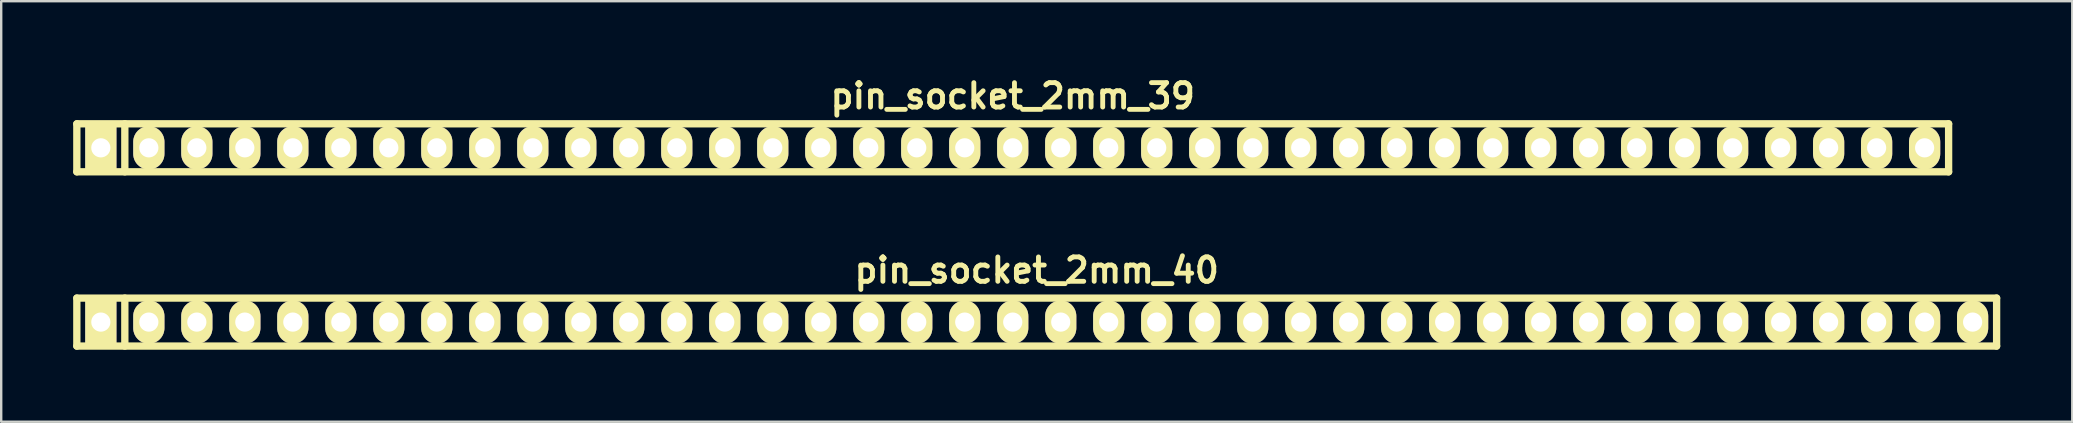
<source format=kicad_pcb>
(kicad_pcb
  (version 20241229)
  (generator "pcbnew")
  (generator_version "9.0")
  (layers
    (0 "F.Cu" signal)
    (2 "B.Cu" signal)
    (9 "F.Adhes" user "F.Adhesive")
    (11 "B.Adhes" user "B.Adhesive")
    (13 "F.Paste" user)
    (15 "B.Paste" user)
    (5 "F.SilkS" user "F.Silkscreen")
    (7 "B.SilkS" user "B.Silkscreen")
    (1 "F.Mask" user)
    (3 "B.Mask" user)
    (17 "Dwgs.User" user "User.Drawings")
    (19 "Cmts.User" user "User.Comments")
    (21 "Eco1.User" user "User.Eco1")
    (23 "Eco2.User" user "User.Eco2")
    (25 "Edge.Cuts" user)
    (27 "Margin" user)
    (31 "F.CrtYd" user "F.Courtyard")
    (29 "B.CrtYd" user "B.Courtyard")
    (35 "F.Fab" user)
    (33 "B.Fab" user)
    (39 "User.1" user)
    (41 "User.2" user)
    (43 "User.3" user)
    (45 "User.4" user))
  (footprint "pin_socket_2mm_39"
    (layer "F.Cu")
    (at 39.152 3.11)
    (property "Reference" "pin_socket_2mm_39" (at 0 -2.159 0) (layer "F.SilkS") (effects (font (size 1.016 1.016) (thickness 0.203))))
    (attr through_hole)
    (fp_line (start -39 -1) (end 39 -1) (stroke (width 0.305) (type solid)) (layer "F.SilkS"))
    (fp_line (start -39 1) (end -39 -1) (stroke (width 0.305) (type solid)) (layer "F.SilkS"))
    (fp_line (start -37 -1) (end -37 1) (stroke (width 0.305) (type solid)) (layer "F.SilkS"))
    (fp_line (start 39 -1) (end 39 1) (stroke (width 0.305) (type solid)) (layer "F.SilkS"))
    (fp_line (start 39 1) (end -39 1) (stroke (width 0.305) (type solid)) (layer "F.SilkS"))
    (pad "1" thru_hole rect (at -38 0) (size 1.3 1.8) (drill 0.8) (layers "*.Cu" "*.Mask" "F.SilkS"))
    (pad "2" thru_hole oval (at -36 0) (size 1.3 1.8) (drill 0.8) (layers "*.Cu" "*.Mask" "F.SilkS"))
    (pad "3" thru_hole oval (at -34 0) (size 1.3 1.8) (drill 0.8) (layers "*.Cu" "*.Mask" "F.SilkS"))
    (pad "4" thru_hole oval (at -32 0) (size 1.3 1.8) (drill 0.8) (layers "*.Cu" "*.Mask" "F.SilkS"))
    (pad "5" thru_hole oval (at -30 0) (size 1.3 1.8) (drill 0.8) (layers "*.Cu" "*.Mask" "F.SilkS"))
    (pad "6" thru_hole oval (at -28 0) (size 1.3 1.8) (drill 0.8) (layers "*.Cu" "*.Mask" "F.SilkS"))
    (pad "7" thru_hole oval (at -26 0) (size 1.3 1.8) (drill 0.8) (layers "*.Cu" "*.Mask" "F.SilkS"))
    (pad "8" thru_hole oval (at -24 0) (size 1.3 1.8) (drill 0.8) (layers "*.Cu" "*.Mask" "F.SilkS"))
    (pad "9" thru_hole oval (at -22 0) (size 1.3 1.8) (drill 0.8) (layers "*.Cu" "*.Mask" "F.SilkS"))
    (pad "10" thru_hole oval (at -20 0) (size 1.3 1.8) (drill 0.8) (layers "*.Cu" "*.Mask" "F.SilkS"))
    (pad "11" thru_hole oval (at -18 0) (size 1.3 1.8) (drill 0.8) (layers "*.Cu" "*.Mask" "F.SilkS"))
    (pad "12" thru_hole oval (at -16 0) (size 1.3 1.8) (drill 0.8) (layers "*.Cu" "*.Mask" "F.SilkS"))
    (pad "13" thru_hole oval (at -14 0) (size 1.3 1.8) (drill 0.8) (layers "*.Cu" "*.Mask" "F.SilkS"))
    (pad "14" thru_hole oval (at -12 0) (size 1.3 1.8) (drill 0.8) (layers "*.Cu" "*.Mask" "F.SilkS"))
    (pad "15" thru_hole oval (at -10 0) (size 1.3 1.8) (drill 0.8) (layers "*.Cu" "*.Mask" "F.SilkS"))
    (pad "16" thru_hole oval (at -8 0) (size 1.3 1.8) (drill 0.8) (layers "*.Cu" "*.Mask" "F.SilkS"))
    (pad "17" thru_hole oval (at -6 0) (size 1.3 1.8) (drill 0.8) (layers "*.Cu" "*.Mask" "F.SilkS"))
    (pad "18" thru_hole oval (at -4 0) (size 1.3 1.8) (drill 0.8) (layers "*.Cu" "*.Mask" "F.SilkS"))
    (pad "19" thru_hole oval (at -2 0) (size 1.3 1.8) (drill 0.8) (layers "*.Cu" "*.Mask" "F.SilkS"))
    (pad "20" thru_hole oval (at 0 0) (size 1.3 1.8) (drill 0.8) (layers "*.Cu" "*.Mask" "F.SilkS"))
    (pad "21" thru_hole oval (at 2 0) (size 1.3 1.8) (drill 0.8) (layers "*.Cu" "*.Mask" "F.SilkS"))
    (pad "22" thru_hole oval (at 4 0) (size 1.3 1.8) (drill 0.8) (layers "*.Cu" "*.Mask" "F.SilkS"))
    (pad "23" thru_hole oval (at 6 0) (size 1.3 1.8) (drill 0.8) (layers "*.Cu" "*.Mask" "F.SilkS"))
    (pad "24" thru_hole oval (at 8 0) (size 1.3 1.8) (drill 0.8) (layers "*.Cu" "*.Mask" "F.SilkS"))
    (pad "25" thru_hole oval (at 10 0) (size 1.3 1.8) (drill 0.8) (layers "*.Cu" "*.Mask" "F.SilkS"))
    (pad "26" thru_hole oval (at 12 0) (size 1.3 1.8) (drill 0.8) (layers "*.Cu" "*.Mask" "F.SilkS"))
    (pad "27" thru_hole oval (at 14 0) (size 1.3 1.8) (drill 0.8) (layers "*.Cu" "*.Mask" "F.SilkS"))
    (pad "28" thru_hole oval (at 16 0) (size 1.3 1.8) (drill 0.8) (layers "*.Cu" "*.Mask" "F.SilkS"))
    (pad "29" thru_hole oval (at 18 0) (size 1.3 1.8) (drill 0.8) (layers "*.Cu" "*.Mask" "F.SilkS"))
    (pad "30" thru_hole oval (at 20 0) (size 1.3 1.8) (drill 0.8) (layers "*.Cu" "*.Mask" "F.SilkS"))
    (pad "31" thru_hole oval (at 22 0) (size 1.3 1.8) (drill 0.8) (layers "*.Cu" "*.Mask" "F.SilkS"))
    (pad "32" thru_hole oval (at 24 0) (size 1.3 1.8) (drill 0.8) (layers "*.Cu" "*.Mask" "F.SilkS"))
    (pad "33" thru_hole oval (at 26 0) (size 1.3 1.8) (drill 0.8) (layers "*.Cu" "*.Mask" "F.SilkS"))
    (pad "34" thru_hole oval (at 28 0) (size 1.3 1.8) (drill 0.8) (layers "*.Cu" "*.Mask" "F.SilkS"))
    (pad "35" thru_hole oval (at 30 0) (size 1.3 1.8) (drill 0.8) (layers "*.Cu" "*.Mask" "F.SilkS"))
    (pad "36" thru_hole oval (at 32 0) (size 1.3 1.8) (drill 0.8) (layers "*.Cu" "*.Mask" "F.SilkS"))
    (pad "37" thru_hole oval (at 34 0) (size 1.3 1.8) (drill 0.8) (layers "*.Cu" "*.Mask" "F.SilkS"))
    (pad "38" thru_hole oval (at 36 0) (size 1.3 1.8) (drill 0.8) (layers "*.Cu" "*.Mask" "F.SilkS"))
    (pad "39" thru_hole oval (at 38 0) (size 1.3 1.8) (drill 0.8) (layers "*.Cu" "*.Mask" "F.SilkS")))
  (footprint "pin_socket_2mm_40"
    (layer "F.Cu")
    (at 40.152 10.372)
    (property "Reference" "pin_socket_2mm_40" (at 0 -2.159 0) (layer "F.SilkS") (effects (font (size 1.016 1.016) (thickness 0.203))))
    (attr through_hole)
    (fp_line (start -40 -1) (end 40 -1) (stroke (width 0.305) (type solid)) (layer "F.SilkS"))
    (fp_line (start -40 1) (end -40 -1) (stroke (width 0.305) (type solid)) (layer "F.SilkS"))
    (fp_line (start -38 -1) (end -38 1) (stroke (width 0.305) (type solid)) (layer "F.SilkS"))
    (fp_line (start 40 -1) (end 40 1) (stroke (width 0.305) (type solid)) (layer "F.SilkS"))
    (fp_line (start 40 1) (end -40 1) (stroke (width 0.305) (type solid)) (layer "F.SilkS"))
    (pad "1" thru_hole rect (at -39 0) (size 1.3 1.8) (drill 0.8) (layers "*.Cu" "*.Mask" "F.SilkS"))
    (pad "2" thru_hole oval (at -37 0) (size 1.3 1.8) (drill 0.8) (layers "*.Cu" "*.Mask" "F.SilkS"))
    (pad "3" thru_hole oval (at -35 0) (size 1.3 1.8) (drill 0.8) (layers "*.Cu" "*.Mask" "F.SilkS"))
    (pad "4" thru_hole oval (at -33 0) (size 1.3 1.8) (drill 0.8) (layers "*.Cu" "*.Mask" "F.SilkS"))
    (pad "5" thru_hole oval (at -31 0) (size 1.3 1.8) (drill 0.8) (layers "*.Cu" "*.Mask" "F.SilkS"))
    (pad "6" thru_hole oval (at -29 0) (size 1.3 1.8) (drill 0.8) (layers "*.Cu" "*.Mask" "F.SilkS"))
    (pad "7" thru_hole oval (at -27 0) (size 1.3 1.8) (drill 0.8) (layers "*.Cu" "*.Mask" "F.SilkS"))
    (pad "8" thru_hole oval (at -25 0) (size 1.3 1.8) (drill 0.8) (layers "*.Cu" "*.Mask" "F.SilkS"))
    (pad "9" thru_hole oval (at -23 0) (size 1.3 1.8) (drill 0.8) (layers "*.Cu" "*.Mask" "F.SilkS"))
    (pad "10" thru_hole oval (at -21 0) (size 1.3 1.8) (drill 0.8) (layers "*.Cu" "*.Mask" "F.SilkS"))
    (pad "11" thru_hole oval (at -19 0) (size 1.3 1.8) (drill 0.8) (layers "*.Cu" "*.Mask" "F.SilkS"))
    (pad "12" thru_hole oval (at -17 0) (size 1.3 1.8) (drill 0.8) (layers "*.Cu" "*.Mask" "F.SilkS"))
    (pad "13" thru_hole oval (at -15 0) (size 1.3 1.8) (drill 0.8) (layers "*.Cu" "*.Mask" "F.SilkS"))
    (pad "14" thru_hole oval (at -13 0) (size 1.3 1.8) (drill 0.8) (layers "*.Cu" "*.Mask" "F.SilkS"))
    (pad "15" thru_hole oval (at -11 0) (size 1.3 1.8) (drill 0.8) (layers "*.Cu" "*.Mask" "F.SilkS"))
    (pad "16" thru_hole oval (at -9 0) (size 1.3 1.8) (drill 0.8) (layers "*.Cu" "*.Mask" "F.SilkS"))
    (pad "17" thru_hole oval (at -7 0) (size 1.3 1.8) (drill 0.8) (layers "*.Cu" "*.Mask" "F.SilkS"))
    (pad "18" thru_hole oval (at -5 0) (size 1.3 1.8) (drill 0.8) (layers "*.Cu" "*.Mask" "F.SilkS"))
    (pad "19" thru_hole oval (at -3 0) (size 1.3 1.8) (drill 0.8) (layers "*.Cu" "*.Mask" "F.SilkS"))
    (pad "20" thru_hole oval (at -1 0) (size 1.3 1.8) (drill 0.8) (layers "*.Cu" "*.Mask" "F.SilkS"))
    (pad "21" thru_hole oval (at 1 0) (size 1.3 1.8) (drill 0.8) (layers "*.Cu" "*.Mask" "F.SilkS"))
    (pad "22" thru_hole oval (at 3 0) (size 1.3 1.8) (drill 0.8) (layers "*.Cu" "*.Mask" "F.SilkS"))
    (pad "23" thru_hole oval (at 5 0) (size 1.3 1.8) (drill 0.8) (layers "*.Cu" "*.Mask" "F.SilkS"))
    (pad "24" thru_hole oval (at 7 0) (size 1.3 1.8) (drill 0.8) (layers "*.Cu" "*.Mask" "F.SilkS"))
    (pad "25" thru_hole oval (at 9 0) (size 1.3 1.8) (drill 0.8) (layers "*.Cu" "*.Mask" "F.SilkS"))
    (pad "26" thru_hole oval (at 11 0) (size 1.3 1.8) (drill 0.8) (layers "*.Cu" "*.Mask" "F.SilkS"))
    (pad "27" thru_hole oval (at 13 0) (size 1.3 1.8) (drill 0.8) (layers "*.Cu" "*.Mask" "F.SilkS"))
    (pad "28" thru_hole oval (at 15 0) (size 1.3 1.8) (drill 0.8) (layers "*.Cu" "*.Mask" "F.SilkS"))
    (pad "29" thru_hole oval (at 17 0) (size 1.3 1.8) (drill 0.8) (layers "*.Cu" "*.Mask" "F.SilkS"))
    (pad "30" thru_hole oval (at 19 0) (size 1.3 1.8) (drill 0.8) (layers "*.Cu" "*.Mask" "F.SilkS"))
    (pad "31" thru_hole oval (at 21 0) (size 1.3 1.8) (drill 0.8) (layers "*.Cu" "*.Mask" "F.SilkS"))
    (pad "32" thru_hole oval (at 23 0) (size 1.3 1.8) (drill 0.8) (layers "*.Cu" "*.Mask" "F.SilkS"))
    (pad "33" thru_hole oval (at 25 0) (size 1.3 1.8) (drill 0.8) (layers "*.Cu" "*.Mask" "F.SilkS"))
    (pad "34" thru_hole oval (at 27 0) (size 1.3 1.8) (drill 0.8) (layers "*.Cu" "*.Mask" "F.SilkS"))
    (pad "35" thru_hole oval (at 29 0) (size 1.3 1.8) (drill 0.8) (layers "*.Cu" "*.Mask" "F.SilkS"))
    (pad "36" thru_hole oval (at 31 0) (size 1.3 1.8) (drill 0.8) (layers "*.Cu" "*.Mask" "F.SilkS"))
    (pad "37" thru_hole oval (at 33 0) (size 1.3 1.8) (drill 0.8) (layers "*.Cu" "*.Mask" "F.SilkS"))
    (pad "38" thru_hole oval (at 35 0) (size 1.3 1.8) (drill 0.8) (layers "*.Cu" "*.Mask" "F.SilkS"))
    (pad "39" thru_hole oval (at 37 0) (size 1.3 1.8) (drill 0.8) (layers "*.Cu" "*.Mask" "F.SilkS"))
    (pad "40" thru_hole oval (at 39 0) (size 1.3 1.8) (drill 0.8) (layers "*.Cu" "*.Mask" "F.SilkS")))
  (gr_rect
    (start -3 -3)
    (end 83.305 14.525)
    (stroke (width 0.1) (type default))
    (fill no)
    (layer "Edge.Cuts")))
</source>
